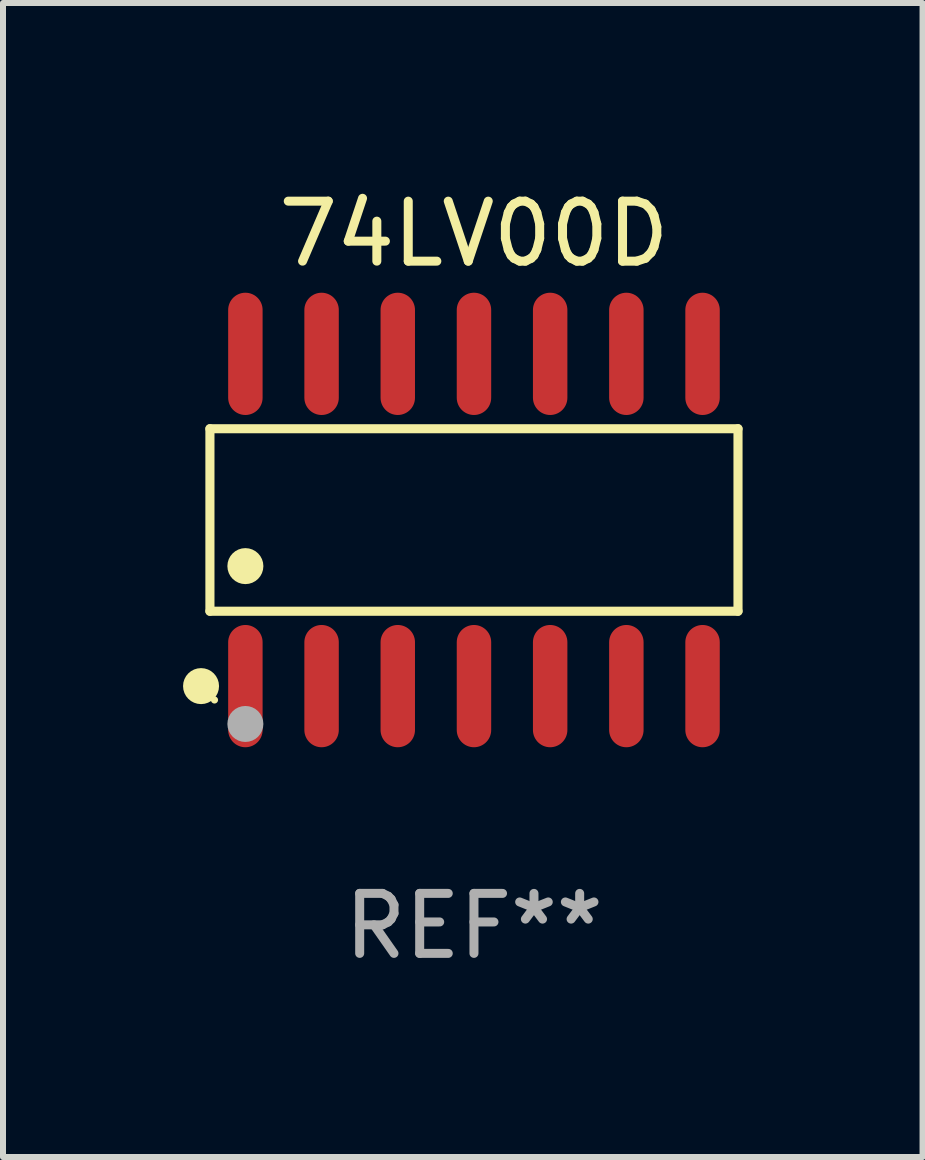
<source format=kicad_pcb>
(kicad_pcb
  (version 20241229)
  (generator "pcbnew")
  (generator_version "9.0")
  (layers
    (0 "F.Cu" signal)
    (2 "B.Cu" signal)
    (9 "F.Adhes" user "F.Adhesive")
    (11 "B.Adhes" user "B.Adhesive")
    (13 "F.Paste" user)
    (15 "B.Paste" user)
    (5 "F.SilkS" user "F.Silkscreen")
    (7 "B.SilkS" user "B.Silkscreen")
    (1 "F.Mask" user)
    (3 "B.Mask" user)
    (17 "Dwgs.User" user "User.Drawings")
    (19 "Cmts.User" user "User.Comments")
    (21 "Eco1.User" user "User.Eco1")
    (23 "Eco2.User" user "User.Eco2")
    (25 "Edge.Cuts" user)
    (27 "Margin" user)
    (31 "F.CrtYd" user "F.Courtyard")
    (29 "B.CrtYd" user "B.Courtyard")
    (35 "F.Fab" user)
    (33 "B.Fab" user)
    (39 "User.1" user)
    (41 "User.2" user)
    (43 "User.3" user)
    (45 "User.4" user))
  (footprint "74LV00D"
    (layer "F.Cu")
    (at 4.85 5.617)
    (property "Reference" "74LV00D" (at 0 -4.769 0) (layer "F.SilkS") (effects (font (size 1 1) (thickness 0.15))))
    (attr through_hole)
    (fp_line (start -4.401 -1.521) (end 4.401 -1.521) (stroke (width 0.152) (type solid)) (layer "F.SilkS"))
    (fp_line (start -4.401 1.521) (end -4.401 -1.521) (stroke (width 0.152) (type solid)) (layer "F.SilkS"))
    (fp_line (start 4.401 -1.521) (end 4.401 1.521) (stroke (width 0.152) (type solid)) (layer "F.SilkS"))
    (fp_line (start 4.401 1.521) (end -4.401 1.521) (stroke (width 0.152) (type solid)) (layer "F.SilkS"))
    (fp_circle (center -4.549 2.769) (end -4.399 2.769) (stroke (width 0.3) (type solid)) (fill no) (layer "F.SilkS"))
    (fp_circle (center -4.325 3) (end -4.295 3) (stroke (width 0.06) (type solid)) (fill no) (layer "F.SilkS"))
    (fp_circle (center -3.81 0.769) (end -3.66 0.769) (stroke (width 0.3) (type solid)) (fill no) (layer "F.SilkS"))
    (fp_circle (center -3.81 3.4) (end -3.66 3.4) (stroke (width 0.3) (type solid)) (fill no) (layer "F.Fab"))
    (fp_text user "REF**" (at 0 6.769 0) (layer "F.Fab") (effects (font (size 1 1) (thickness 0.15))))
    (pad "1" smd oval (at -3.81 2.769) (size 0.574 2.038) (layers "F.Cu" "F.Mask" "F.Paste"))
    (pad "2" smd oval (at -2.54 2.769) (size 0.574 2.038) (layers "F.Cu" "F.Mask" "F.Paste"))
    (pad "3" smd oval (at -1.27 2.769) (size 0.574 2.038) (layers "F.Cu" "F.Mask" "F.Paste"))
    (pad "4" smd oval (at 0 2.769) (size 0.574 2.038) (layers "F.Cu" "F.Mask" "F.Paste"))
    (pad "5" smd oval (at 1.27 2.769) (size 0.574 2.038) (layers "F.Cu" "F.Mask" "F.Paste"))
    (pad "6" smd oval (at 2.54 2.769) (size 0.574 2.038) (layers "F.Cu" "F.Mask" "F.Paste"))
    (pad "7" smd oval (at 3.81 2.769) (size 0.574 2.038) (layers "F.Cu" "F.Mask" "F.Paste"))
    (pad "8" smd oval (at 3.81 -2.769) (size 0.574 2.038) (layers "F.Cu" "F.Mask" "F.Paste"))
    (pad "9" smd oval (at 2.54 -2.769) (size 0.574 2.038) (layers "F.Cu" "F.Mask" "F.Paste"))
    (pad "10" smd oval (at 1.27 -2.769) (size 0.574 2.038) (layers "F.Cu" "F.Mask" "F.Paste"))
    (pad "11" smd oval (at 0 -2.769) (size 0.574 2.038) (layers "F.Cu" "F.Mask" "F.Paste"))
    (pad "12" smd oval (at -1.27 -2.769) (size 0.574 2.038) (layers "F.Cu" "F.Mask" "F.Paste"))
    (pad "13" smd oval (at -2.54 -2.769) (size 0.574 2.038) (layers "F.Cu" "F.Mask" "F.Paste"))
    (pad "14" smd oval (at -3.81 -2.769) (size 0.574 2.038) (layers "F.Cu" "F.Mask" "F.Paste")))
  (gr_rect
    (start -3 -3)
    (end 12.327 16.235)
    (stroke (width 0.1) (type default))
    (fill no)
    (layer "Edge.Cuts")))
</source>
